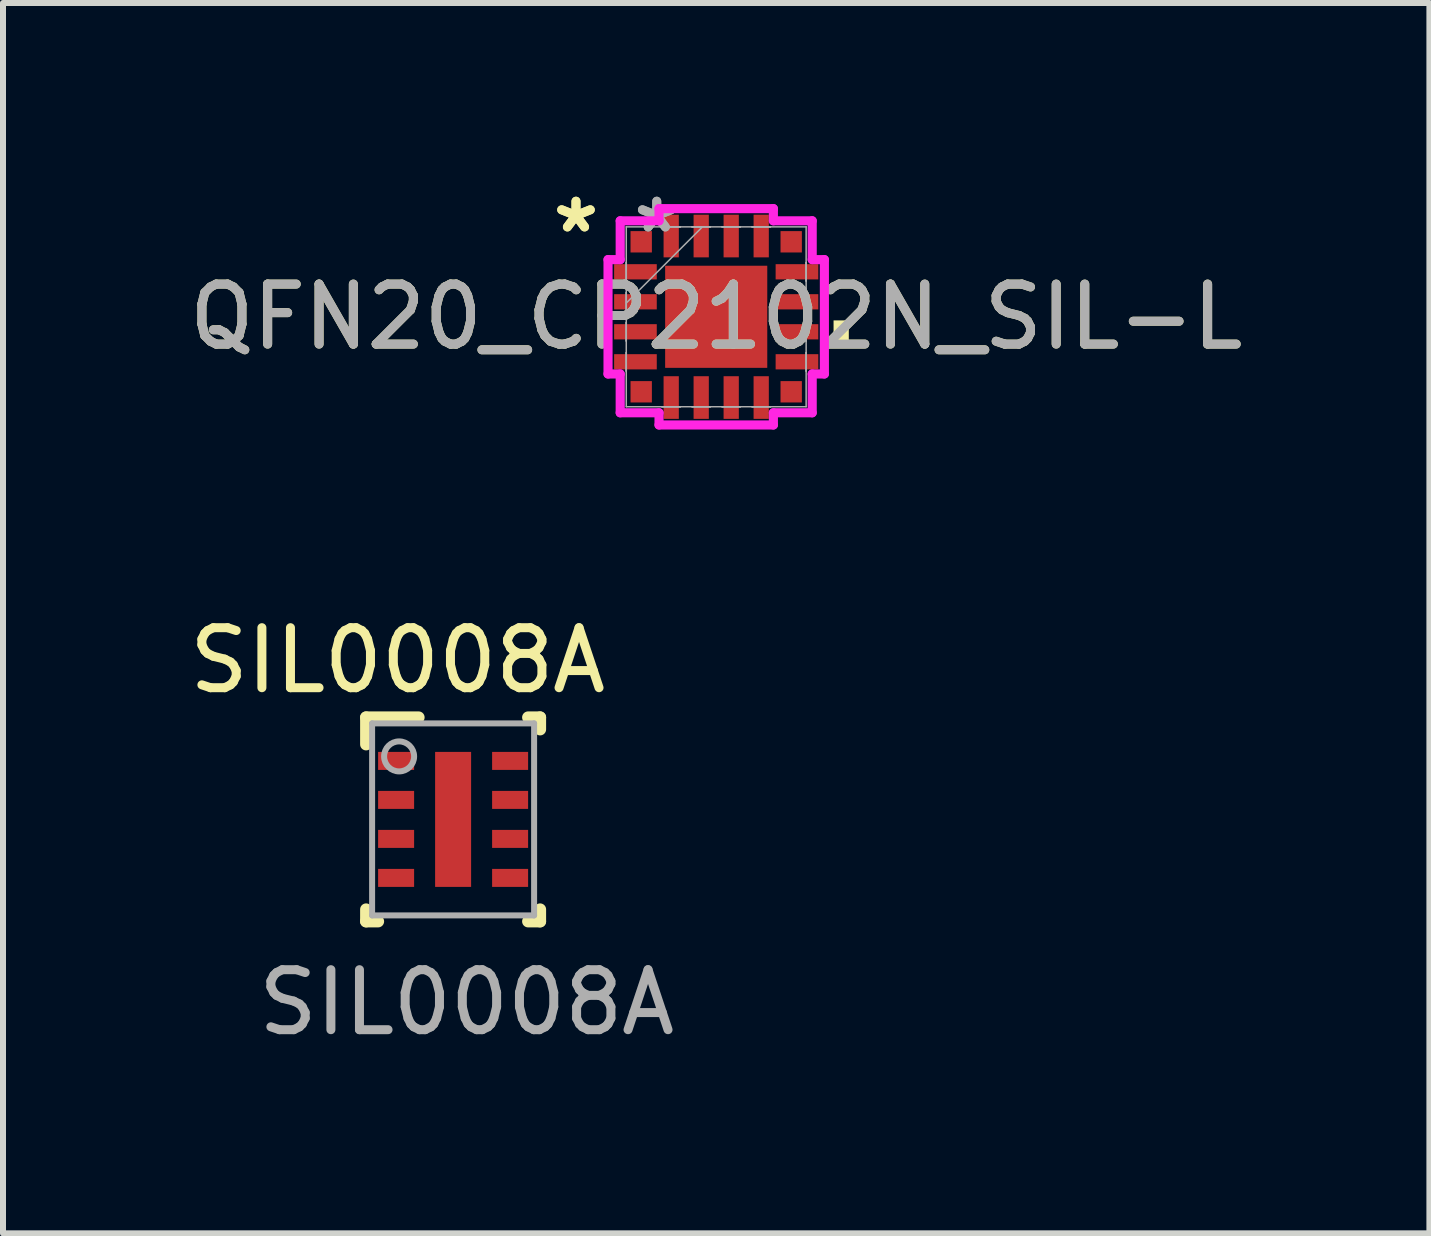
<source format=kicad_pcb>
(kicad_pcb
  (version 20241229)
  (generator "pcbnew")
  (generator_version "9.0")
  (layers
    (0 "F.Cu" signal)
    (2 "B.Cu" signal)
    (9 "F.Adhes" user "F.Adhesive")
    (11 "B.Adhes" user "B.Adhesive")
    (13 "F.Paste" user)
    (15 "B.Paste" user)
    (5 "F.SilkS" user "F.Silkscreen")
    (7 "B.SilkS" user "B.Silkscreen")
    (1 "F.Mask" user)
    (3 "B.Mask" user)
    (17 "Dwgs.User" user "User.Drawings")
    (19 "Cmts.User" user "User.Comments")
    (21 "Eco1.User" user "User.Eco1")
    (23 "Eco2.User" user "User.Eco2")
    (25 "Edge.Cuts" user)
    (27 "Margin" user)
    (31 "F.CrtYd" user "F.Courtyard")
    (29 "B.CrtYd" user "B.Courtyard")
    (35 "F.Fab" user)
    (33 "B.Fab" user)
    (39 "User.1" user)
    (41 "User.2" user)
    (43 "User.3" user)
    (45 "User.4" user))
  (footprint "QFN20_CP2102N_SIL-L"
    (layer "F.Cu")
    (at 8.887 2.23)
    (property "Reference" "QFN20_CP2102N_SIL-L" (at 0 0 0) (unlocked yes) (layer "F.SilkS") (effects (font (size 1 1) (thickness 0.15))))
    (attr smd)
    (fp_poly (pts (xy 2.21 0.06) (xy 2.21 0.441) (xy 1.956 0.441) (xy 1.956 0.06)) (stroke (width 0) (type solid)) (fill yes) (layer "F.SilkS"))
    (fp_line (start -1.803 -0.953) (end -1.6 -0.953) (stroke (width 0.152) (type solid)) (layer "F.CrtYd"))
    (fp_line (start -1.803 0.953) (end -1.803 -0.953) (stroke (width 0.152) (type solid)) (layer "F.CrtYd"))
    (fp_line (start -1.803 0.953) (end -1.6 0.953) (stroke (width 0.152) (type solid)) (layer "F.CrtYd"))
    (fp_line (start -1.6 -1.6) (end -0.953 -1.6) (stroke (width 0.152) (type solid)) (layer "F.CrtYd"))
    (fp_line (start -1.6 -0.953) (end -1.6 -1.6) (stroke (width 0.152) (type solid)) (layer "F.CrtYd"))
    (fp_line (start -1.6 1.6) (end -1.6 0.953) (stroke (width 0.152) (type solid)) (layer "F.CrtYd"))
    (fp_line (start -0.953 -1.803) (end 0.953 -1.803) (stroke (width 0.152) (type solid)) (layer "F.CrtYd"))
    (fp_line (start -0.953 -1.6) (end -0.953 -1.803) (stroke (width 0.152) (type solid)) (layer "F.CrtYd"))
    (fp_line (start -0.953 1.6) (end -1.6 1.6) (stroke (width 0.152) (type solid)) (layer "F.CrtYd"))
    (fp_line (start -0.953 1.803) (end -0.953 1.6) (stroke (width 0.152) (type solid)) (layer "F.CrtYd"))
    (fp_line (start 0.953 -1.803) (end 0.953 -1.6) (stroke (width 0.152) (type solid)) (layer "F.CrtYd"))
    (fp_line (start 0.953 -1.6) (end 1.6 -1.6) (stroke (width 0.152) (type solid)) (layer "F.CrtYd"))
    (fp_line (start 0.953 1.6) (end 0.953 1.803) (stroke (width 0.152) (type solid)) (layer "F.CrtYd"))
    (fp_line (start 0.953 1.803) (end -0.953 1.803) (stroke (width 0.152) (type solid)) (layer "F.CrtYd"))
    (fp_line (start 1.6 -1.6) (end 1.6 -0.953) (stroke (width 0.152) (type solid)) (layer "F.CrtYd"))
    (fp_line (start 1.6 -0.953) (end 1.803 -0.953) (stroke (width 0.152) (type solid)) (layer "F.CrtYd"))
    (fp_line (start 1.6 0.953) (end 1.6 1.6) (stroke (width 0.152) (type solid)) (layer "F.CrtYd"))
    (fp_line (start 1.6 1.6) (end 0.953 1.6) (stroke (width 0.152) (type solid)) (layer "F.CrtYd"))
    (fp_line (start 1.803 -0.953) (end 1.803 0.953) (stroke (width 0.152) (type solid)) (layer "F.CrtYd"))
    (fp_line (start 1.803 0.953) (end 1.6 0.953) (stroke (width 0.152) (type solid)) (layer "F.CrtYd"))
    (fp_line (start -1.499 -1.499) (end -1.499 1.499) (stroke (width 0.025) (type solid)) (layer "F.Fab"))
    (fp_line (start -1.499 -0.903) (end -1.499 -0.903) (stroke (width 0.025) (type solid)) (layer "F.Fab"))
    (fp_line (start -1.499 -0.903) (end -1.499 -0.598) (stroke (width 0.025) (type solid)) (layer "F.Fab"))
    (fp_line (start -1.499 -0.598) (end -1.499 -0.903) (stroke (width 0.025) (type solid)) (layer "F.Fab"))
    (fp_line (start -1.499 -0.598) (end -1.499 -0.598) (stroke (width 0.025) (type solid)) (layer "F.Fab"))
    (fp_line (start -1.499 -0.402) (end -1.499 -0.402) (stroke (width 0.025) (type solid)) (layer "F.Fab"))
    (fp_line (start -1.499 -0.402) (end -1.499 -0.098) (stroke (width 0.025) (type solid)) (layer "F.Fab"))
    (fp_line (start -1.499 -0.229) (end -0.229 -1.499) (stroke (width 0.025) (type solid)) (layer "F.Fab"))
    (fp_line (start -1.499 -0.098) (end -1.499 -0.402) (stroke (width 0.025) (type solid)) (layer "F.Fab"))
    (fp_line (start -1.499 -0.098) (end -1.499 -0.098) (stroke (width 0.025) (type solid)) (layer "F.Fab"))
    (fp_line (start -1.499 0.098) (end -1.499 0.098) (stroke (width 0.025) (type solid)) (layer "F.Fab"))
    (fp_line (start -1.499 0.098) (end -1.499 0.402) (stroke (width 0.025) (type solid)) (layer "F.Fab"))
    (fp_line (start -1.499 0.402) (end -1.499 0.098) (stroke (width 0.025) (type solid)) (layer "F.Fab"))
    (fp_line (start -1.499 0.402) (end -1.499 0.402) (stroke (width 0.025) (type solid)) (layer "F.Fab"))
    (fp_line (start -1.499 0.598) (end -1.499 0.598) (stroke (width 0.025) (type solid)) (layer "F.Fab"))
    (fp_line (start -1.499 0.598) (end -1.499 0.903) (stroke (width 0.025) (type solid)) (layer "F.Fab"))
    (fp_line (start -1.499 0.903) (end -1.499 0.598) (stroke (width 0.025) (type solid)) (layer "F.Fab"))
    (fp_line (start -1.499 0.903) (end -1.499 0.903) (stroke (width 0.025) (type solid)) (layer "F.Fab"))
    (fp_line (start -1.499 1.499) (end 1.499 1.499) (stroke (width 0.025) (type solid)) (layer "F.Fab"))
    (fp_line (start -0.903 -1.499) (end -0.903 -1.499) (stroke (width 0.025) (type solid)) (layer "F.Fab"))
    (fp_line (start -0.903 -1.499) (end -0.598 -1.499) (stroke (width 0.025) (type solid)) (layer "F.Fab"))
    (fp_line (start -0.903 1.499) (end -0.903 1.499) (stroke (width 0.025) (type solid)) (layer "F.Fab"))
    (fp_line (start -0.903 1.499) (end -0.598 1.499) (stroke (width 0.025) (type solid)) (layer "F.Fab"))
    (fp_line (start -0.598 -1.499) (end -0.903 -1.499) (stroke (width 0.025) (type solid)) (layer "F.Fab"))
    (fp_line (start -0.598 -1.499) (end -0.598 -1.499) (stroke (width 0.025) (type solid)) (layer "F.Fab"))
    (fp_line (start -0.598 1.499) (end -0.903 1.499) (stroke (width 0.025) (type solid)) (layer "F.Fab"))
    (fp_line (start -0.598 1.499) (end -0.598 1.499) (stroke (width 0.025) (type solid)) (layer "F.Fab"))
    (fp_line (start -0.402 -1.499) (end -0.402 -1.499) (stroke (width 0.025) (type solid)) (layer "F.Fab"))
    (fp_line (start -0.402 -1.499) (end -0.098 -1.499) (stroke (width 0.025) (type solid)) (layer "F.Fab"))
    (fp_line (start -0.402 1.499) (end -0.402 1.499) (stroke (width 0.025) (type solid)) (layer "F.Fab"))
    (fp_line (start -0.402 1.499) (end -0.098 1.499) (stroke (width 0.025) (type solid)) (layer "F.Fab"))
    (fp_line (start -0.098 -1.499) (end -0.402 -1.499) (stroke (width 0.025) (type solid)) (layer "F.Fab"))
    (fp_line (start -0.098 -1.499) (end -0.098 -1.499) (stroke (width 0.025) (type solid)) (layer "F.Fab"))
    (fp_line (start -0.098 1.499) (end -0.402 1.499) (stroke (width 0.025) (type solid)) (layer "F.Fab"))
    (fp_line (start -0.098 1.499) (end -0.098 1.499) (stroke (width 0.025) (type solid)) (layer "F.Fab"))
    (fp_line (start 0.098 -1.499) (end 0.098 -1.499) (stroke (width 0.025) (type solid)) (layer "F.Fab"))
    (fp_line (start 0.098 -1.499) (end 0.402 -1.499) (stroke (width 0.025) (type solid)) (layer "F.Fab"))
    (fp_line (start 0.098 1.499) (end 0.098 1.499) (stroke (width 0.025) (type solid)) (layer "F.Fab"))
    (fp_line (start 0.098 1.499) (end 0.402 1.499) (stroke (width 0.025) (type solid)) (layer "F.Fab"))
    (fp_line (start 0.402 -1.499) (end 0.098 -1.499) (stroke (width 0.025) (type solid)) (layer "F.Fab"))
    (fp_line (start 0.402 -1.499) (end 0.402 -1.499) (stroke (width 0.025) (type solid)) (layer "F.Fab"))
    (fp_line (start 0.402 1.499) (end 0.098 1.499) (stroke (width 0.025) (type solid)) (layer "F.Fab"))
    (fp_line (start 0.402 1.499) (end 0.402 1.499) (stroke (width 0.025) (type solid)) (layer "F.Fab"))
    (fp_line (start 0.598 -1.499) (end 0.598 -1.499) (stroke (width 0.025) (type solid)) (layer "F.Fab"))
    (fp_line (start 0.598 -1.499) (end 0.903 -1.499) (stroke (width 0.025) (type solid)) (layer "F.Fab"))
    (fp_line (start 0.598 1.499) (end 0.598 1.499) (stroke (width 0.025) (type solid)) (layer "F.Fab"))
    (fp_line (start 0.598 1.499) (end 0.903 1.499) (stroke (width 0.025) (type solid)) (layer "F.Fab"))
    (fp_line (start 0.903 -1.499) (end 0.598 -1.499) (stroke (width 0.025) (type solid)) (layer "F.Fab"))
    (fp_line (start 0.903 -1.499) (end 0.903 -1.499) (stroke (width 0.025) (type solid)) (layer "F.Fab"))
    (fp_line (start 0.903 1.499) (end 0.598 1.499) (stroke (width 0.025) (type solid)) (layer "F.Fab"))
    (fp_line (start 0.903 1.499) (end 0.903 1.499) (stroke (width 0.025) (type solid)) (layer "F.Fab"))
    (fp_line (start 1.499 -1.499) (end -1.499 -1.499) (stroke (width 0.025) (type solid)) (layer "F.Fab"))
    (fp_line (start 1.499 -0.903) (end 1.499 -0.903) (stroke (width 0.025) (type solid)) (layer "F.Fab"))
    (fp_line (start 1.499 -0.903) (end 1.499 -0.598) (stroke (width 0.025) (type solid)) (layer "F.Fab"))
    (fp_line (start 1.499 -0.598) (end 1.499 -0.903) (stroke (width 0.025) (type solid)) (layer "F.Fab"))
    (fp_line (start 1.499 -0.598) (end 1.499 -0.598) (stroke (width 0.025) (type solid)) (layer "F.Fab"))
    (fp_line (start 1.499 -0.402) (end 1.499 -0.402) (stroke (width 0.025) (type solid)) (layer "F.Fab"))
    (fp_line (start 1.499 -0.402) (end 1.499 -0.098) (stroke (width 0.025) (type solid)) (layer "F.Fab"))
    (fp_line (start 1.499 -0.098) (end 1.499 -0.402) (stroke (width 0.025) (type solid)) (layer "F.Fab"))
    (fp_line (start 1.499 -0.098) (end 1.499 -0.098) (stroke (width 0.025) (type solid)) (layer "F.Fab"))
    (fp_line (start 1.499 0.098) (end 1.499 0.098) (stroke (width 0.025) (type solid)) (layer "F.Fab"))
    (fp_line (start 1.499 0.098) (end 1.499 0.402) (stroke (width 0.025) (type solid)) (layer "F.Fab"))
    (fp_line (start 1.499 0.402) (end 1.499 0.098) (stroke (width 0.025) (type solid)) (layer "F.Fab"))
    (fp_line (start 1.499 0.402) (end 1.499 0.402) (stroke (width 0.025) (type solid)) (layer "F.Fab"))
    (fp_line (start 1.499 0.598) (end 1.499 0.598) (stroke (width 0.025) (type solid)) (layer "F.Fab"))
    (fp_line (start 1.499 0.598) (end 1.499 0.903) (stroke (width 0.025) (type solid)) (layer "F.Fab"))
    (fp_line (start 1.499 0.903) (end 1.499 0.598) (stroke (width 0.025) (type solid)) (layer "F.Fab"))
    (fp_line (start 1.499 0.903) (end 1.499 0.903) (stroke (width 0.025) (type solid)) (layer "F.Fab"))
    (fp_line (start 1.499 1.499) (end 1.499 -1.499) (stroke (width 0.025) (type solid)) (layer "F.Fab"))
    (fp_text user "*" (at -2.337 -1.381 0) (layer "F.SilkS") (effects (font (size 1 1) (thickness 0.15))))
    (fp_text user "*" (at -2.337 -1.381 0) (unlocked yes) (layer "F.SilkS") (effects (font (size 1 1) (thickness 0.15))))
    (fp_text user "${REFERENCE}" (at 0 0 0) (unlocked yes) (layer "F.Fab") (effects (font (size 1 1) (thickness 0.15))))
    (fp_text user "*" (at -0.991 -1.381 0) (layer "F.Fab") (effects (font (size 1 1) (thickness 0.15))))
    (fp_text user "*" (at -0.991 -1.381 0) (unlocked yes) (layer "F.Fab") (effects (font (size 1 1) (thickness 0.15))))
    (pad "1" smd rect (at -1.25 -1.25) (size 0.356 0.356) (layers "F.Cu" "F.Mask" "F.Paste"))
    (pad "2" smd rect (at -1.346 -0.75 90) (size 0.254 0.711) (layers "F.Cu" "F.Mask" "F.Paste"))
    (pad "3" smd rect (at -1.346 -0.25 90) (size 0.254 0.711) (layers "F.Cu" "F.Mask" "F.Paste"))
    (pad "4" smd rect (at -1.346 0.25 90) (size 0.254 0.711) (layers "F.Cu" "F.Mask" "F.Paste"))
    (pad "5" smd rect (at -1.346 0.75 90) (size 0.254 0.711) (layers "F.Cu" "F.Mask" "F.Paste"))
    (pad "6" smd rect (at -1.25 1.25) (size 0.356 0.356) (layers "F.Cu" "F.Mask" "F.Paste"))
    (pad "7" smd rect (at -0.75 1.346) (size 0.254 0.711) (layers "F.Cu" "F.Mask" "F.Paste"))
    (pad "8" smd rect (at -0.25 1.346) (size 0.254 0.711) (layers "F.Cu" "F.Mask" "F.Paste"))
    (pad "9" smd rect (at 0.25 1.346) (size 0.254 0.711) (layers "F.Cu" "F.Mask" "F.Paste"))
    (pad "10" smd rect (at 0.75 1.346) (size 0.254 0.711) (layers "F.Cu" "F.Mask" "F.Paste"))
    (pad "11" smd rect (at 1.25 1.25) (size 0.356 0.356) (layers "F.Cu" "F.Mask" "F.Paste"))
    (pad "12" smd rect (at 1.346 0.75 90) (size 0.254 0.711) (layers "F.Cu" "F.Mask" "F.Paste"))
    (pad "13" smd rect (at 1.346 0.25 90) (size 0.254 0.711) (layers "F.Cu" "F.Mask" "F.Paste"))
    (pad "14" smd rect (at 1.346 -0.25 90) (size 0.254 0.711) (layers "F.Cu" "F.Mask" "F.Paste"))
    (pad "15" smd rect (at 1.346 -0.75 90) (size 0.254 0.711) (layers "F.Cu" "F.Mask" "F.Paste"))
    (pad "16" smd rect (at 1.25 -1.25) (size 0.356 0.356) (layers "F.Cu" "F.Mask" "F.Paste"))
    (pad "17" smd rect (at 0.75 -1.346) (size 0.254 0.711) (layers "F.Cu" "F.Mask" "F.Paste"))
    (pad "18" smd rect (at 0.25 -1.346) (size 0.254 0.711) (layers "F.Cu" "F.Mask" "F.Paste"))
    (pad "19" smd rect (at -0.25 -1.346) (size 0.254 0.711) (layers "F.Cu" "F.Mask" "F.Paste"))
    (pad "20" smd rect (at -0.75 -1.346) (size 0.254 0.711) (layers "F.Cu" "F.Mask" "F.Paste"))
    (pad "21" smd rect (at 0 0) (size 1.702 1.702) (layers "F.Cu" "F.Mask" "F.Paste")))
  (footprint "SIL0008A"
    (layer "F.Cu")
    (at 4.502 10.607)
    (property "Reference" "SIL0008A" (at -0.925 -2.65 0) (unlocked yes) (layer "F.SilkS") (effects (font (size 1 1) (thickness 0.15))))
    (attr smd)
    (fp_line (start -1.45 -1.7) (end -0.575 -1.7) (stroke (width 0.2) (type solid)) (layer "F.SilkS"))
    (fp_line (start -1.45 -1.25) (end -1.45 -1.7) (stroke (width 0.2) (type solid)) (layer "F.SilkS"))
    (fp_line (start -1.45 1.7) (end -1.45 1.5) (stroke (width 0.2) (type solid)) (layer "F.SilkS"))
    (fp_line (start -1.45 1.7) (end -1.25 1.7) (stroke (width 0.2) (type solid)) (layer "F.SilkS"))
    (fp_line (start 1.25 -1.7) (end 1.45 -1.7) (stroke (width 0.2) (type solid)) (layer "F.SilkS"))
    (fp_line (start 1.25 1.7) (end 1.45 1.7) (stroke (width 0.2) (type solid)) (layer "F.SilkS"))
    (fp_line (start 1.45 -1.5) (end 1.45 -1.7) (stroke (width 0.2) (type solid)) (layer "F.SilkS"))
    (fp_line (start 1.45 1.7) (end 1.45 1.5) (stroke (width 0.2) (type solid)) (layer "F.SilkS"))
    (fp_poly (pts (xy -0.3 -0.508) (xy 0.3 -0.508) (xy 0.3 -1.125) (xy -0.3 -1.125)) (stroke (width 0) (type solid)) (fill yes) (layer "F.Paste"))
    (fp_poly (pts (xy -0.3 0.308) (xy 0.3 0.308) (xy 0.3 -0.308) (xy -0.3 -0.308)) (stroke (width 0) (type solid)) (fill yes) (layer "F.Paste"))
    (fp_poly (pts (xy -0.3 1.125) (xy 0.3 1.125) (xy 0.3 0.508) (xy -0.3 0.508)) (stroke (width 0) (type solid)) (fill yes) (layer "F.Paste"))
    (fp_line (start -1.35 -1.6) (end 1.35 -1.6) (stroke (width 0.1) (type solid)) (layer "F.Fab"))
    (fp_line (start -1.35 1.6) (end -1.35 -1.6) (stroke (width 0.1) (type solid)) (layer "F.Fab"))
    (fp_line (start -1.35 1.6) (end 1.35 1.6) (stroke (width 0.1) (type solid)) (layer "F.Fab"))
    (fp_line (start 1.35 1.6) (end 1.35 -1.6) (stroke (width 0.1) (type solid)) (layer "F.Fab"))
    (fp_circle (center -0.9 -1.05) (end -0.65 -1.05) (stroke (width 0.1) (type solid)) (fill no) (layer "F.Fab"))
    (fp_text user "${REFERENCE}" (at 0.225 3.05 0) (unlocked yes) (layer "F.Fab") (effects (font (size 1 1) (thickness 0.15))))
    (pad "1" smd rect (at -0.95 -0.975) (size 0.6 0.3) (layers "F.Cu" "F.Mask" "F.Paste"))
    (pad "2" smd rect (at -0.95 -0.325) (size 0.6 0.3) (layers "F.Cu" "F.Mask" "F.Paste"))
    (pad "3" smd rect (at -0.95 0.325) (size 0.6 0.3) (layers "F.Cu" "F.Mask" "F.Paste"))
    (pad "4" smd rect (at -0.95 0.975) (size 0.6 0.3) (layers "F.Cu" "F.Mask" "F.Paste"))
    (pad "5" smd rect (at 0.95 0.975) (size 0.6 0.3) (layers "F.Cu" "F.Mask" "F.Paste"))
    (pad "6" smd rect (at 0.95 0.325) (size 0.6 0.3) (layers "F.Cu" "F.Mask" "F.Paste"))
    (pad "7" smd rect (at 0.95 -0.325) (size 0.6 0.3) (layers "F.Cu" "F.Mask" "F.Paste"))
    (pad "8" smd rect (at 0.95 -0.975) (size 0.6 0.3) (layers "F.Cu" "F.Mask" "F.Paste"))
    (pad "9" smd rect (at 0 0) (size 0.6 2.25) (layers "F.Cu" "F.Mask")))
  (gr_rect
    (start -3 -3)
    (end 20.774 17.506)
    (stroke (width 0.1) (type default))
    (fill no)
    (layer "Edge.Cuts")))
</source>
